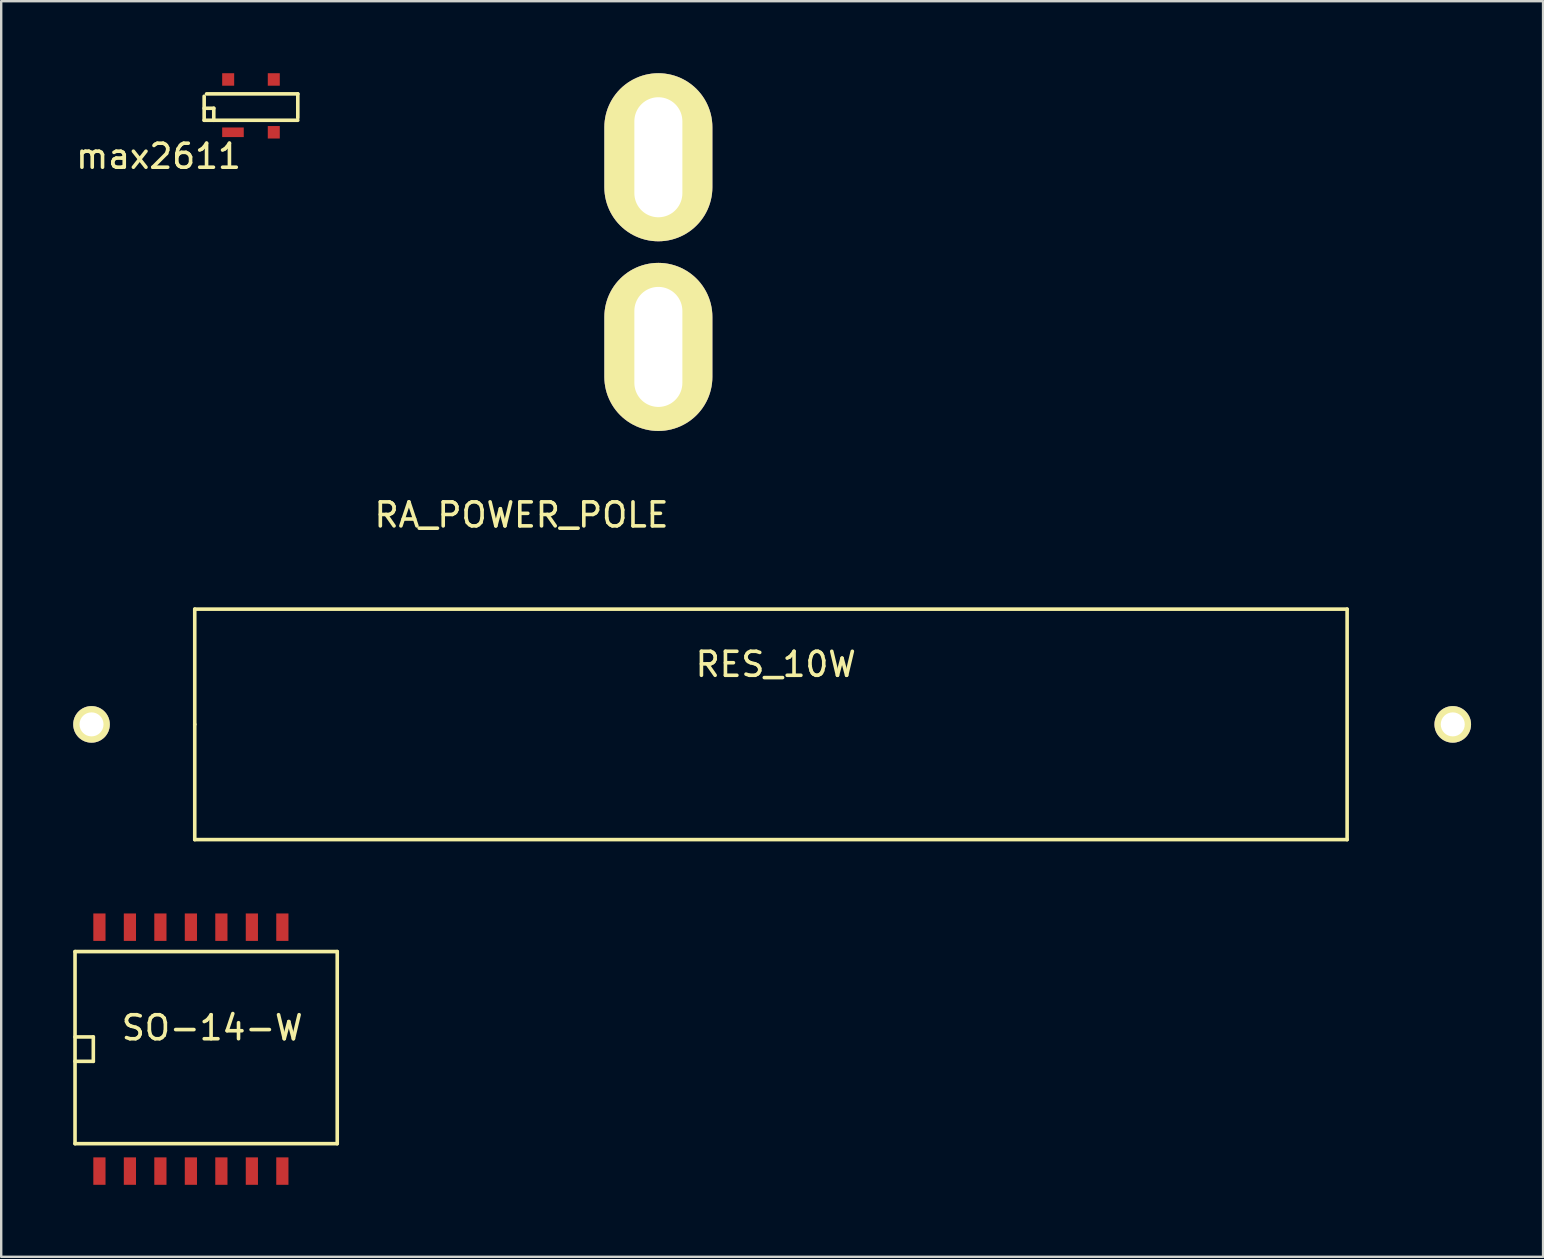
<source format=kicad_pcb>
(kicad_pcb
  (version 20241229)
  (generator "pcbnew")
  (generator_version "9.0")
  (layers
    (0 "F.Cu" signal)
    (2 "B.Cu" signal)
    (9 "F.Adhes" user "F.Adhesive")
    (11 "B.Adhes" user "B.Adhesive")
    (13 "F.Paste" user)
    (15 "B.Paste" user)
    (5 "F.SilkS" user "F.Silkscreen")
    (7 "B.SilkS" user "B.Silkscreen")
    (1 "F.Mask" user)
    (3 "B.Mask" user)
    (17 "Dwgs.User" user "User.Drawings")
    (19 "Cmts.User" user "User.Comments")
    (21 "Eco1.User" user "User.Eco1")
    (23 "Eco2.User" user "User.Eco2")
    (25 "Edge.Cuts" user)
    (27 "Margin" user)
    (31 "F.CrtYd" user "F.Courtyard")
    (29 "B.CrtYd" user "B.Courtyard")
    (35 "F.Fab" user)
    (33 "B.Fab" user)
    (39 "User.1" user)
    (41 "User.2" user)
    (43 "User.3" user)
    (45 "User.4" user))
  (footprint "RA_POWER_POLE"
    (layer "F.Cu")
    (at 24.373 11.4)
    (property "Reference" "RA_POWER_POLE" (at -5.7 7 0) (layer "F.SilkS") (effects (font (size 1 1) (thickness 0.15))))
    (attr through_hole)
    (pad "1" thru_hole oval (at 0 0) (size 4.5 7) (drill oval 2 5) (layers "*.Cu" "*.Mask" "F.SilkS"))
    (pad "2" thru_hole oval (at 0 -7.9) (size 4.5 7) (drill oval 2 5) (layers "*.Cu" "*.Mask" "F.SilkS")))
  (footprint "max2611"
    (layer "F.Cu")
    (at 6.654 1.36)
    (property "Reference" "max2611" (at -3.1 2.1 0) (layer "F.SilkS") (effects (font (size 1 1) (thickness 0.15))))
    (attr through_hole)
    (fp_line (start -1.2 -0.4) (end -1.2 0.6) (stroke (width 0.15) (type solid)) (layer "F.SilkS"))
    (fp_line (start -1.2 0.1) (end -0.8 0.1) (stroke (width 0.15) (type solid)) (layer "F.SilkS"))
    (fp_line (start -1.2 0.6) (end 2.7 0.6) (stroke (width 0.15) (type solid)) (layer "F.SilkS"))
    (fp_line (start -1.1 -0.5) (end 2.7 -0.5) (stroke (width 0.15) (type solid)) (layer "F.SilkS"))
    (fp_line (start -0.8 0.1) (end -0.8 0.6) (stroke (width 0.15) (type solid)) (layer "F.SilkS"))
    (fp_line (start 2.7 -0.5) (end 2.7 0.5) (stroke (width 0.15) (type solid)) (layer "F.SilkS"))
    (pad "1" smd rect (at 0 1.1) (size 0.9 0.4) (layers "F.Cu" "F.Mask" "F.Paste"))
    (pad "2" smd rect (at 1.7 1.1) (size 0.5 0.52) (layers "F.Cu" "F.Mask" "F.Paste"))
    (pad "3" smd rect (at 1.7 -1.1) (size 0.5 0.52) (layers "F.Cu" "F.Mask" "F.Paste"))
    (pad "4" smd rect (at -0.2 -1.1) (size 0.5 0.52) (layers "F.Cu" "F.Mask" "F.Paste")))
  (footprint "SO-14-W"
    (layer "F.Cu")
    (at 5.536 40.65)
    (property "Reference" "SO-14-W" (at 0.254 -0.889 0) (layer "F.SilkS") (effects (font (size 1 1) (thickness 0.15))))
    (attr smd)
    (fp_line (start -5.461 -4.064) (end 5.461 -4.064) (stroke (width 0.15) (type solid)) (layer "F.SilkS"))
    (fp_line (start -5.461 -0.508) (end -4.699 -0.508) (stroke (width 0.15) (type solid)) (layer "F.SilkS"))
    (fp_line (start -5.461 3.937) (end -5.461 -4.064) (stroke (width 0.15) (type solid)) (layer "F.SilkS"))
    (fp_line (start -4.699 -0.508) (end -4.699 0.508) (stroke (width 0.15) (type solid)) (layer "F.SilkS"))
    (fp_line (start -4.699 0.508) (end -5.461 0.508) (stroke (width 0.15) (type solid)) (layer "F.SilkS"))
    (fp_line (start 5.461 -4.064) (end 5.461 3.937) (stroke (width 0.15) (type solid)) (layer "F.SilkS"))
    (fp_line (start 5.461 3.937) (end -5.461 3.937) (stroke (width 0.15) (type solid)) (layer "F.SilkS"))
    (pad "1" smd rect (at -4.445 5.08) (size 0.508 1.143) (layers "F.Cu" "F.Mask" "F.Paste"))
    (pad "2" smd rect (at -3.175 5.08) (size 0.508 1.143) (layers "F.Cu" "F.Mask" "F.Paste"))
    (pad "3" smd rect (at -1.905 5.08) (size 0.508 1.143) (layers "F.Cu" "F.Mask" "F.Paste"))
    (pad "4" smd rect (at -0.635 5.08) (size 0.508 1.143) (layers "F.Cu" "F.Mask" "F.Paste"))
    (pad "5" smd rect (at 0.635 5.08) (size 0.508 1.143) (layers "F.Cu" "F.Mask" "F.Paste"))
    (pad "6" smd rect (at 1.905 5.08) (size 0.508 1.143) (layers "F.Cu" "F.Mask" "F.Paste"))
    (pad "7" smd rect (at 3.175 5.08) (size 0.508 1.143) (layers "F.Cu" "F.Mask" "F.Paste"))
    (pad "8" smd rect (at 3.175 -5.08) (size 0.508 1.143) (layers "F.Cu" "F.Mask" "F.Paste"))
    (pad "9" smd rect (at 1.905 -5.08) (size 0.508 1.143) (layers "F.Cu" "F.Mask" "F.Paste"))
    (pad "10" smd rect (at 0.635 -5.08) (size 0.508 1.143) (layers "F.Cu" "F.Mask" "F.Paste"))
    (pad "11" smd rect (at -0.635 -5.08) (size 0.508 1.143) (layers "F.Cu" "F.Mask" "F.Paste"))
    (pad "12" smd rect (at -1.905 -5.08) (size 0.508 1.143) (layers "F.Cu" "F.Mask" "F.Paste"))
    (pad "13" smd rect (at -3.175 -5.08) (size 0.508 1.143) (layers "F.Cu" "F.Mask" "F.Paste"))
    (pad "14" smd rect (at -4.445 -5.08) (size 0.508 1.143) (layers "F.Cu" "F.Mask" "F.Paste")))
  (footprint "RES_10W"
    (layer "F.Cu")
    (at 29.062 27.123)
    (property "Reference" "RES_10W" (at 0.2 -2.5 0) (layer "F.SilkS") (effects (font (size 1 1) (thickness 0.15))))
    (attr through_hole)
    (fp_line (start -24 -4.8) (end -24 0) (stroke (width 0.15) (type solid)) (layer "F.SilkS"))
    (fp_line (start -24 0) (end -24 4.8) (stroke (width 0.15) (type solid)) (layer "F.SilkS"))
    (fp_line (start -24 4.8) (end 24 4.8) (stroke (width 0.15) (type solid)) (layer "F.SilkS"))
    (fp_line (start 24 -4.8) (end -24 -4.8) (stroke (width 0.15) (type solid)) (layer "F.SilkS"))
    (fp_line (start 24 4.8) (end 24 -4.8) (stroke (width 0.15) (type solid)) (layer "F.SilkS"))
    (pad "1" thru_hole circle (at -28.3 0) (size 1.524 1.524) (drill 1) (layers "*.Cu" "*.Mask" "F.SilkS"))
    (pad "2" thru_hole circle (at 28.4 0) (size 1.524 1.524) (drill 1) (layers "*.Cu" "*.Mask" "F.SilkS")))
  (gr_rect
    (start -3 -3)
    (end 61.224 49.301)
    (stroke (width 0.1) (type default))
    (fill no)
    (layer "Edge.Cuts")))
</source>
